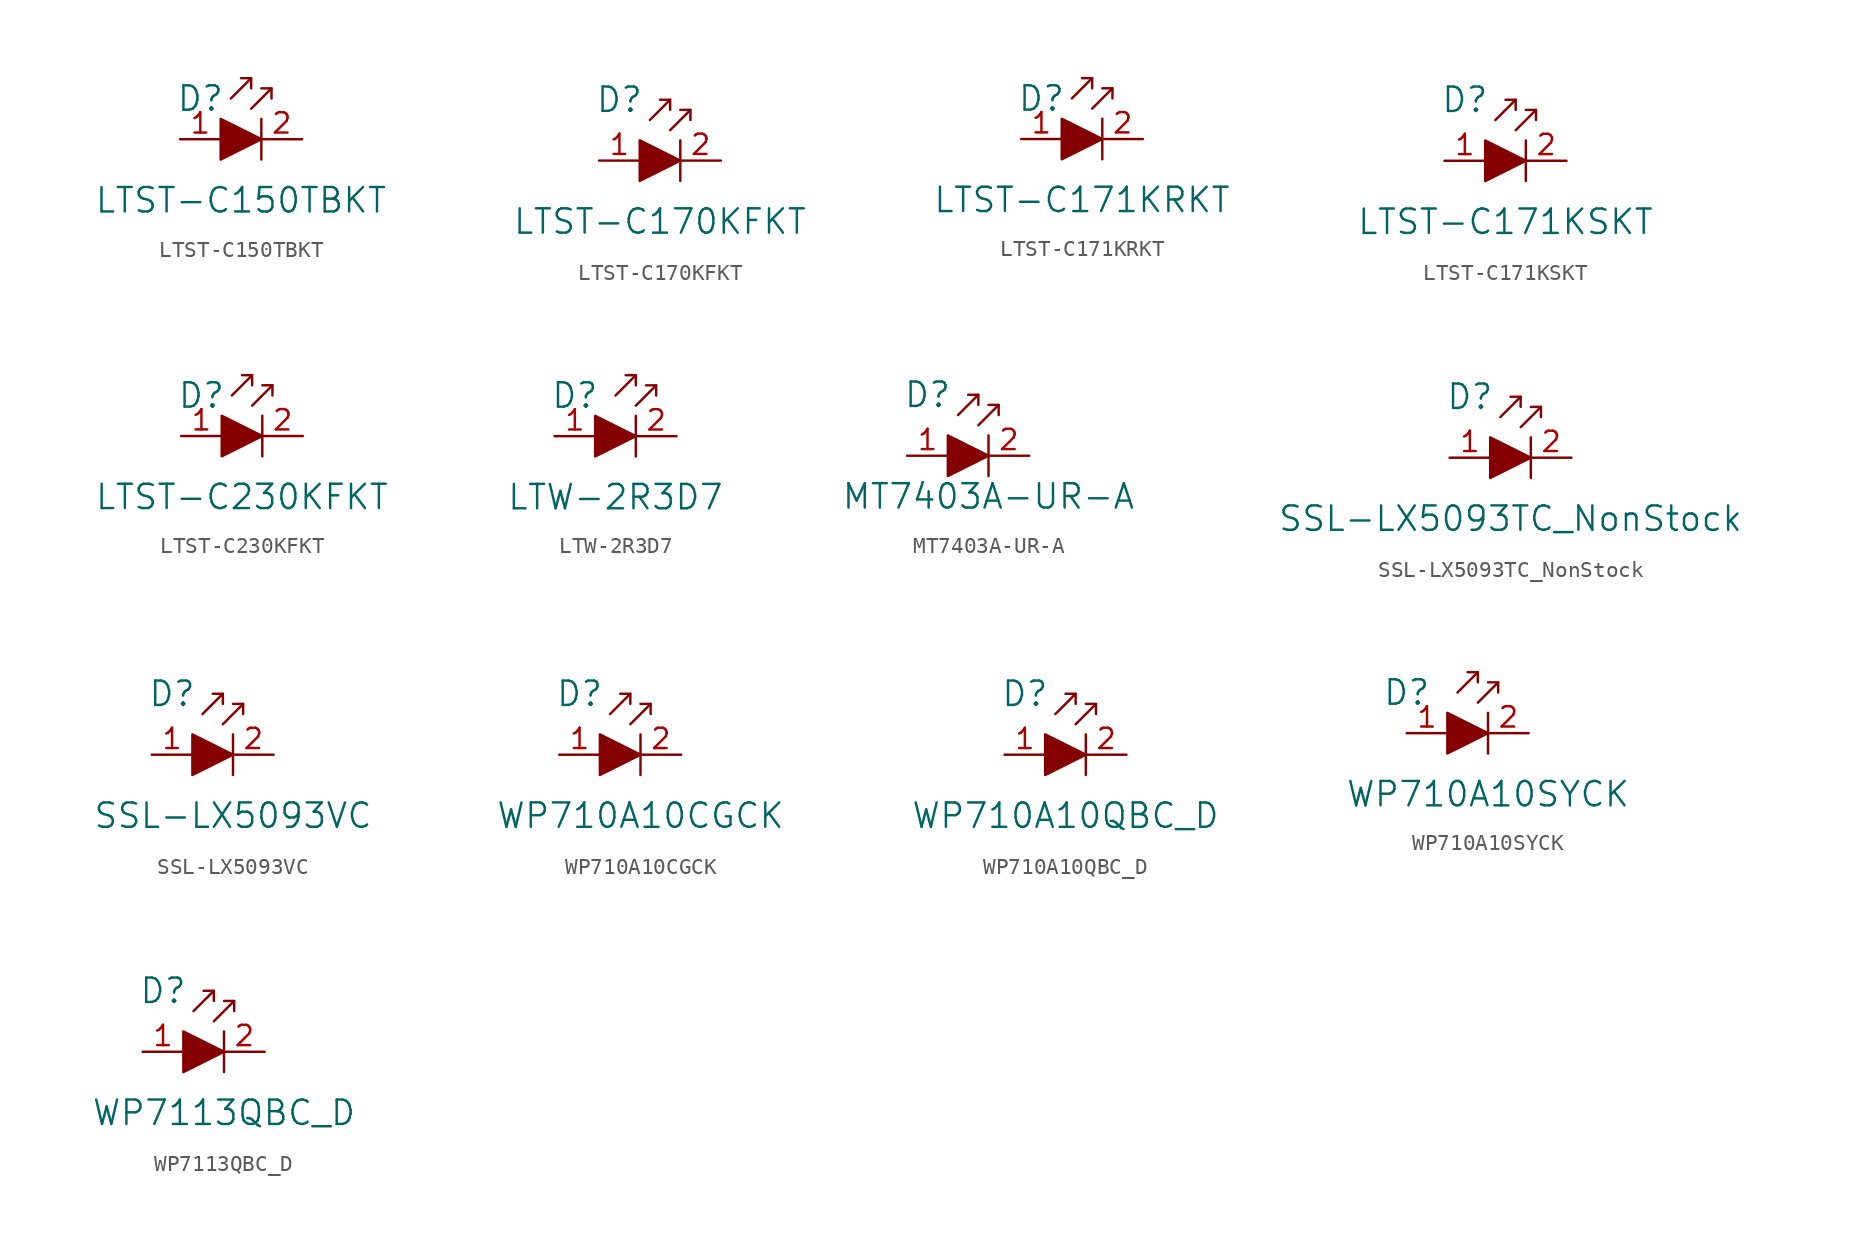
<source format=kicad_sym>
(kicad_symbol_lib
  (version 20201005)
  (generator kicad_symbol_editor)
  (symbol "LTST-C150TBKT"
    (pin_names
      (offset 0))
    (property "Reference" "D"
      (at -3.81 2.54 0)
      (effects (font (size 1.524 1.524))))
    (property "Value" "LTST-C150TBKT"
      (at -1.27 -3.81 0)
      (effects (font (size 1.524 1.524))))
    (symbol "LTST-C150TBKT_0_1"
      (polyline (pts (xy -0.635 3.81) (xy -1.905 2.54)) (stroke (width 0)) (fill (type none)))
      (polyline (pts (xy 0 1.27) (xy 0 -1.27)) (stroke (width 0)) (fill (type none)))
      (polyline (pts (xy 0.635 3.175) (xy -0.635 1.905)) (stroke (width 0)) (fill (type none)))
      (polyline (pts (xy -1.27 3.81) (xy -0.635 3.81) (xy -0.635 3.175)) (stroke (width 0)) (fill (type none)))
      (polyline (pts (xy 0 3.175) (xy 0.635 3.175) (xy 0.635 2.54)) (stroke (width 0)) (fill (type none)))
      (polyline (pts (xy -2.54 1.27) (xy -2.54 -1.27) (xy 0 0) (xy -2.54 1.27)) (stroke (width 0)) (fill (type outline))))
    (symbol "LTST-C150TBKT_1_1"
      (pin passive line (at -5.08 0 0) (length 2.54) (name "~" (effects (font (size 1.27 1.27)))) (number "1" (effects (font (size 1.27 1.27)))))
      (pin passive line (at 2.54 0 180) (length 2.54) (name "~" (effects (font (size 1.27 1.27)))) (number "2" (effects (font (size 1.27 1.27)))))))
  (symbol "LTST-C170KFKT"
    (pin_names
      (offset 0))
    (property "Reference" "D"
      (at -3.81 3.81 0)
      (effects (font (size 1.524 1.524))))
    (property "Value" "LTST-C170KFKT"
      (at -1.27 -3.81 0)
      (effects (font (size 1.524 1.524))))
    (symbol "LTST-C170KFKT_0_1"
      (polyline (pts (xy -0.635 3.81) (xy -1.905 2.54)) (stroke (width 0)) (fill (type none)))
      (polyline (pts (xy 0 1.27) (xy 0 -1.27)) (stroke (width 0)) (fill (type none)))
      (polyline (pts (xy 0.635 3.175) (xy -0.635 1.905)) (stroke (width 0)) (fill (type none)))
      (polyline (pts (xy -1.27 3.81) (xy -0.635 3.81) (xy -0.635 3.175)) (stroke (width 0)) (fill (type none)))
      (polyline (pts (xy 0 3.175) (xy 0.635 3.175) (xy 0.635 2.54)) (stroke (width 0)) (fill (type none)))
      (polyline (pts (xy -2.54 1.27) (xy -2.54 -1.27) (xy 0 0) (xy -2.54 1.27)) (stroke (width 0)) (fill (type outline))))
    (symbol "LTST-C170KFKT_1_1"
      (pin passive line (at -5.08 0 0) (length 2.54) (name "~" (effects (font (size 1.27 1.27)))) (number "1" (effects (font (size 1.27 1.27)))))
      (pin passive line (at 2.54 0 180) (length 2.54) (name "~" (effects (font (size 1.27 1.27)))) (number "2" (effects (font (size 1.27 1.27)))))))
  (symbol "LTST-C171KRKT"
    (pin_names
      (offset 0))
    (property "Reference" "D"
      (at -3.81 2.54 0)
      (effects (font (size 1.524 1.524))))
    (property "Value" "LTST-C171KRKT"
      (at -1.27 -3.81 0)
      (effects (font (size 1.524 1.524))))
    (symbol "LTST-C171KRKT_0_1"
      (polyline (pts (xy -0.635 3.81) (xy -1.905 2.54)) (stroke (width 0)) (fill (type none)))
      (polyline (pts (xy 0 1.27) (xy 0 -1.27)) (stroke (width 0)) (fill (type none)))
      (polyline (pts (xy 0.635 3.175) (xy -0.635 1.905)) (stroke (width 0)) (fill (type none)))
      (polyline (pts (xy -1.27 3.81) (xy -0.635 3.81) (xy -0.635 3.175)) (stroke (width 0)) (fill (type none)))
      (polyline (pts (xy 0 3.175) (xy 0.635 3.175) (xy 0.635 2.54)) (stroke (width 0)) (fill (type none)))
      (polyline (pts (xy -2.54 1.27) (xy -2.54 -1.27) (xy 0 0) (xy -2.54 1.27)) (stroke (width 0)) (fill (type outline))))
    (symbol "LTST-C171KRKT_1_1"
      (pin passive line (at -5.08 0 0) (length 2.54) (name "~" (effects (font (size 1.27 1.27)))) (number "1" (effects (font (size 1.27 1.27)))))
      (pin passive line (at 2.54 0 180) (length 2.54) (name "~" (effects (font (size 1.27 1.27)))) (number "2" (effects (font (size 1.27 1.27)))))))
  (symbol "LTST-C171KSKT"
    (pin_names
      (offset 0))
    (property "Reference" "D"
      (at -3.81 3.81 0)
      (effects (font (size 1.524 1.524))))
    (property "Value" "LTST-C171KSKT"
      (at -1.27 -3.81 0)
      (effects (font (size 1.524 1.524))))
    (symbol "LTST-C171KSKT_0_1"
      (polyline (pts (xy -0.635 3.81) (xy -1.905 2.54)) (stroke (width 0)) (fill (type none)))
      (polyline (pts (xy 0 1.27) (xy 0 -1.27)) (stroke (width 0)) (fill (type none)))
      (polyline (pts (xy 0.635 3.175) (xy -0.635 1.905)) (stroke (width 0)) (fill (type none)))
      (polyline (pts (xy -1.27 3.81) (xy -0.635 3.81) (xy -0.635 3.175)) (stroke (width 0)) (fill (type none)))
      (polyline (pts (xy 0 3.175) (xy 0.635 3.175) (xy 0.635 2.54)) (stroke (width 0)) (fill (type none)))
      (polyline (pts (xy -2.54 1.27) (xy -2.54 -1.27) (xy 0 0) (xy -2.54 1.27)) (stroke (width 0)) (fill (type outline))))
    (symbol "LTST-C171KSKT_1_1"
      (pin passive line (at -5.08 0 0) (length 2.54) (name "~" (effects (font (size 1.27 1.27)))) (number "1" (effects (font (size 1.27 1.27)))))
      (pin passive line (at 2.54 0 180) (length 2.54) (name "~" (effects (font (size 1.27 1.27)))) (number "2" (effects (font (size 1.27 1.27)))))))
  (symbol "LTST-C230KFKT"
    (pin_names
      (offset 0))
    (property "Reference" "D"
      (at -3.81 2.54 0)
      (effects (font (size 1.524 1.524))))
    (property "Value" "LTST-C230KFKT"
      (at -1.27 -3.81 0)
      (effects (font (size 1.524 1.524))))
    (symbol "LTST-C230KFKT_0_1"
      (polyline (pts (xy -0.635 3.81) (xy -1.905 2.54)) (stroke (width 0)) (fill (type none)))
      (polyline (pts (xy 0 1.27) (xy 0 -1.27)) (stroke (width 0)) (fill (type none)))
      (polyline (pts (xy 0.635 3.175) (xy -0.635 1.905)) (stroke (width 0)) (fill (type none)))
      (polyline (pts (xy -1.27 3.81) (xy -0.635 3.81) (xy -0.635 3.175)) (stroke (width 0)) (fill (type none)))
      (polyline (pts (xy 0 3.175) (xy 0.635 3.175) (xy 0.635 2.54)) (stroke (width 0)) (fill (type none)))
      (polyline (pts (xy -2.54 1.27) (xy -2.54 -1.27) (xy 0 0) (xy -2.54 1.27)) (stroke (width 0)) (fill (type outline))))
    (symbol "LTST-C230KFKT_1_1"
      (pin passive line (at -5.08 0 0) (length 2.54) (name "~" (effects (font (size 1.27 1.27)))) (number "1" (effects (font (size 1.27 1.27)))))
      (pin passive line (at 2.54 0 180) (length 2.54) (name "~" (effects (font (size 1.27 1.27)))) (number "2" (effects (font (size 1.27 1.27)))))))
  (symbol "LTW-2R3D7"
    (pin_names
      (offset 0))
    (property "Reference" "D"
      (at -3.81 2.54 0)
      (effects (font (size 1.524 1.524))))
    (property "Value" "LTW-2R3D7"
      (at -1.27 -3.81 0)
      (effects (font (size 1.524 1.524))))
    (symbol "LTW-2R3D7_0_1"
      (polyline (pts (xy 0 1.27) (xy 0 -1.27)) (stroke (width 0)) (fill (type none)))
      (polyline (pts (xy 0 3.81) (xy -1.27 2.54)) (stroke (width 0)) (fill (type none)))
      (polyline (pts (xy 1.27 3.175) (xy 0 1.905)) (stroke (width 0)) (fill (type none)))
      (polyline (pts (xy -0.635 3.81) (xy 0 3.81) (xy 0 3.175)) (stroke (width 0)) (fill (type none)))
      (polyline (pts (xy 0.635 3.175) (xy 1.27 3.175) (xy 1.27 2.54)) (stroke (width 0)) (fill (type none)))
      (polyline (pts (xy -2.54 1.27) (xy -2.54 -1.27) (xy 0 0) (xy -2.54 1.27)) (stroke (width 0)) (fill (type outline))))
    (symbol "LTW-2R3D7_1_1"
      (pin passive line (at -5.08 0 0) (length 2.54) (name "~" (effects (font (size 1.27 1.27)))) (number "1" (effects (font (size 1.27 1.27)))))
      (pin passive line (at 2.54 0 180) (length 2.54) (name "~" (effects (font (size 1.27 1.27)))) (number "2" (effects (font (size 1.27 1.27)))))))
  (symbol "MT7403A-UR-A"
    (pin_names
      (offset 1.016))
    (property "Reference" "D"
      (at -3.81 3.81 0)
      (effects (font (size 1.524 1.524))))
    (property "Value" "MT7403A-UR-A"
      (at 0 -2.54 0)
      (effects (font (size 1.524 1.524))))
    (symbol "MT7403A-UR-A_0_1"
      (polyline (pts (xy -0.635 3.81) (xy -1.905 2.54)) (stroke (width 0)) (fill (type none)))
      (polyline (pts (xy 0 1.27) (xy 0 -1.27)) (stroke (width 0)) (fill (type none)))
      (polyline (pts (xy 0.635 3.175) (xy -0.635 1.905)) (stroke (width 0)) (fill (type none)))
      (polyline (pts (xy -1.27 3.81) (xy -0.635 3.81) (xy -0.635 3.175)) (stroke (width 0)) (fill (type none)))
      (polyline (pts (xy 0 3.175) (xy 0.635 3.175) (xy 0.635 2.54)) (stroke (width 0)) (fill (type none))))
    (symbol "MT7403A-UR-A_1_1"
      (polyline (pts (xy -2.54 1.27) (xy -2.54 -1.27) (xy 0 0) (xy -2.54 1.27)) (stroke (width 0)) (fill (type outline)))
      (pin passive line (at -5.08 0 0) (length 2.54) (name "~" (effects (font (size 1.27 1.27)))) (number "1" (effects (font (size 1.27 1.27)))))
      (pin passive line (at 2.54 0 180) (length 2.54) (name "~" (effects (font (size 1.27 1.27)))) (number "2" (effects (font (size 1.27 1.27)))))))
  (symbol "SSL-LX5093TC_NonStock"
    (pin_names
      (offset 0))
    (property "Reference" "D"
      (at -3.81 3.81 0)
      (effects (font (size 1.524 1.524))))
    (property "Value" "SSL-LX5093TC_NonStock"
      (at -1.27 -3.81 0)
      (effects (font (size 1.524 1.524))))
    (symbol "SSL-LX5093TC_NonStock_0_1"
      (polyline (pts (xy -0.635 3.81) (xy -1.905 2.54)) (stroke (width 0)) (fill (type none)))
      (polyline (pts (xy 0 1.27) (xy 0 -1.27)) (stroke (width 0)) (fill (type none)))
      (polyline (pts (xy 0.635 3.175) (xy -0.635 1.905)) (stroke (width 0)) (fill (type none)))
      (polyline (pts (xy -1.27 3.81) (xy -0.635 3.81) (xy -0.635 3.175)) (stroke (width 0)) (fill (type none)))
      (polyline (pts (xy 0 3.175) (xy 0.635 3.175) (xy 0.635 2.54)) (stroke (width 0)) (fill (type none)))
      (polyline (pts (xy -2.54 1.27) (xy -2.54 -1.27) (xy 0 0) (xy -2.54 1.27)) (stroke (width 0)) (fill (type outline))))
    (symbol "SSL-LX5093TC_NonStock_1_1"
      (pin passive line (at -5.08 0 0) (length 2.54) (name "~" (effects (font (size 1.27 1.27)))) (number "1" (effects (font (size 1.27 1.27)))))
      (pin passive line (at 2.54 0 180) (length 2.54) (name "~" (effects (font (size 1.27 1.27)))) (number "2" (effects (font (size 1.27 1.27)))))))
  (symbol "SSL-LX5093VC"
    (pin_names
      (offset 0))
    (property "Reference" "D"
      (at -3.81 3.81 0)
      (effects (font (size 1.524 1.524))))
    (property "Value" "SSL-LX5093VC"
      (at 0 -3.81 0)
      (effects (font (size 1.524 1.524))))
    (symbol "SSL-LX5093VC_0_1"
      (polyline (pts (xy -0.635 3.81) (xy -1.905 2.54)) (stroke (width 0)) (fill (type none)))
      (polyline (pts (xy 0 1.27) (xy 0 -1.27)) (stroke (width 0)) (fill (type none)))
      (polyline (pts (xy 0.635 3.175) (xy -0.635 1.905)) (stroke (width 0)) (fill (type none)))
      (polyline (pts (xy -1.27 3.81) (xy -0.635 3.81) (xy -0.635 3.175)) (stroke (width 0)) (fill (type none)))
      (polyline (pts (xy 0 3.175) (xy 0.635 3.175) (xy 0.635 2.54)) (stroke (width 0)) (fill (type none)))
      (polyline (pts (xy -2.54 1.27) (xy -2.54 -1.27) (xy 0 0) (xy -2.54 1.27)) (stroke (width 0)) (fill (type outline))))
    (symbol "SSL-LX5093VC_1_1"
      (pin passive line (at -5.08 0 0) (length 2.54) (name "~" (effects (font (size 1.27 1.27)))) (number "1" (effects (font (size 1.27 1.27)))))
      (pin passive line (at 2.54 0 180) (length 2.54) (name "~" (effects (font (size 1.27 1.27)))) (number "2" (effects (font (size 1.27 1.27)))))))
  (symbol "WP710A10CGCK"
    (pin_names
      (offset 0))
    (property "Reference" "D"
      (at -3.81 3.81 0)
      (effects (font (size 1.524 1.524))))
    (property "Value" "WP710A10CGCK"
      (at 0 -3.81 0)
      (effects (font (size 1.524 1.524))))
    (symbol "WP710A10CGCK_0_1"
      (polyline (pts (xy -0.635 3.81) (xy -1.905 2.54)) (stroke (width 0)) (fill (type none)))
      (polyline (pts (xy 0 1.27) (xy 0 -1.27)) (stroke (width 0)) (fill (type none)))
      (polyline (pts (xy 0.635 3.175) (xy -0.635 1.905)) (stroke (width 0)) (fill (type none)))
      (polyline (pts (xy -1.27 3.81) (xy -0.635 3.81) (xy -0.635 3.175)) (stroke (width 0)) (fill (type none)))
      (polyline (pts (xy 0 3.175) (xy 0.635 3.175) (xy 0.635 2.54)) (stroke (width 0)) (fill (type none)))
      (polyline (pts (xy -2.54 1.27) (xy -2.54 -1.27) (xy 0 0) (xy -2.54 1.27)) (stroke (width 0)) (fill (type outline))))
    (symbol "WP710A10CGCK_1_1"
      (pin passive line (at -5.08 0 0) (length 2.54) (name "~" (effects (font (size 1.27 1.27)))) (number "1" (effects (font (size 1.27 1.27)))))
      (pin passive line (at 2.54 0 180) (length 2.54) (name "~" (effects (font (size 1.27 1.27)))) (number "2" (effects (font (size 1.27 1.27)))))))
  (symbol "WP710A10QBC_D"
    (pin_names
      (offset 0))
    (property "Reference" "D"
      (at -3.81 3.81 0)
      (effects (font (size 1.524 1.524))))
    (property "Value" "WP710A10QBC_D"
      (at -1.27 -3.81 0)
      (effects (font (size 1.524 1.524))))
    (symbol "WP710A10QBC_D_0_1"
      (polyline (pts (xy -0.635 3.81) (xy -1.905 2.54)) (stroke (width 0)) (fill (type none)))
      (polyline (pts (xy 0 1.27) (xy 0 -1.27)) (stroke (width 0)) (fill (type none)))
      (polyline (pts (xy 0.635 3.175) (xy -0.635 1.905)) (stroke (width 0)) (fill (type none)))
      (polyline (pts (xy -1.27 3.81) (xy -0.635 3.81) (xy -0.635 3.175)) (stroke (width 0)) (fill (type none)))
      (polyline (pts (xy 0 3.175) (xy 0.635 3.175) (xy 0.635 2.54)) (stroke (width 0)) (fill (type none)))
      (polyline (pts (xy -2.54 1.27) (xy -2.54 -1.27) (xy 0 0) (xy -2.54 1.27)) (stroke (width 0)) (fill (type outline))))
    (symbol "WP710A10QBC_D_1_1"
      (pin passive line (at -5.08 0 0) (length 2.54) (name "~" (effects (font (size 1.27 1.27)))) (number "1" (effects (font (size 1.27 1.27)))))
      (pin passive line (at 2.54 0 180) (length 2.54) (name "~" (effects (font (size 1.27 1.27)))) (number "2" (effects (font (size 1.27 1.27)))))))
  (symbol "WP710A10SYCK"
    (pin_names
      (offset 0))
    (property "Reference" "D"
      (at -5.08 2.54 0)
      (effects (font (size 1.524 1.524))))
    (property "Value" "WP710A10SYCK"
      (at 0 -3.81 0)
      (effects (font (size 1.524 1.524))))
    (symbol "WP710A10SYCK_0_1"
      (polyline (pts (xy -0.635 3.81) (xy -1.905 2.54)) (stroke (width 0)) (fill (type none)))
      (polyline (pts (xy 0 1.27) (xy 0 -1.27)) (stroke (width 0)) (fill (type none)))
      (polyline (pts (xy 0.635 3.175) (xy -0.635 1.905)) (stroke (width 0)) (fill (type none)))
      (polyline (pts (xy -1.27 3.81) (xy -0.635 3.81) (xy -0.635 3.175)) (stroke (width 0)) (fill (type none)))
      (polyline (pts (xy 0 3.175) (xy 0.635 3.175) (xy 0.635 2.54)) (stroke (width 0)) (fill (type none)))
      (polyline (pts (xy -2.54 1.27) (xy -2.54 -1.27) (xy 0 0) (xy -2.54 1.27)) (stroke (width 0)) (fill (type outline))))
    (symbol "WP710A10SYCK_1_1"
      (pin passive line (at -5.08 0 0) (length 2.54) (name "~" (effects (font (size 1.27 1.27)))) (number "1" (effects (font (size 1.27 1.27)))))
      (pin passive line (at 2.54 0 180) (length 2.54) (name "~" (effects (font (size 1.27 1.27)))) (number "2" (effects (font (size 1.27 1.27)))))))
  (symbol "WP7113QBC_D"
    (pin_names
      (offset 0))
    (property "Reference" "D"
      (at -3.81 3.81 0)
      (effects (font (size 1.524 1.524))))
    (property "Value" "WP7113QBC_D"
      (at 0 -3.81 0)
      (effects (font (size 1.524 1.524))))
    (symbol "WP7113QBC_D_0_1"
      (polyline (pts (xy -0.635 3.81) (xy -1.905 2.54)) (stroke (width 0)) (fill (type none)))
      (polyline (pts (xy 0 1.27) (xy 0 -1.27)) (stroke (width 0)) (fill (type none)))
      (polyline (pts (xy 0.635 3.175) (xy -0.635 1.905)) (stroke (width 0)) (fill (type none)))
      (polyline (pts (xy -1.27 3.81) (xy -0.635 3.81) (xy -0.635 3.175)) (stroke (width 0)) (fill (type none)))
      (polyline (pts (xy 0 3.175) (xy 0.635 3.175) (xy 0.635 2.54)) (stroke (width 0)) (fill (type none)))
      (polyline (pts (xy -2.54 1.27) (xy -2.54 -1.27) (xy 0 0) (xy -2.54 1.27)) (stroke (width 0)) (fill (type outline))))
    (symbol "WP7113QBC_D_1_1"
      (pin passive line (at -5.08 0 0) (length 2.54) (name "~" (effects (font (size 1.27 1.27)))) (number "1" (effects (font (size 1.27 1.27)))))
      (pin passive line (at 2.54 0 180) (length 2.54) (name "~" (effects (font (size 1.27 1.27)))) (number "2" (effects (font (size 1.27 1.27))))))))
</source>
